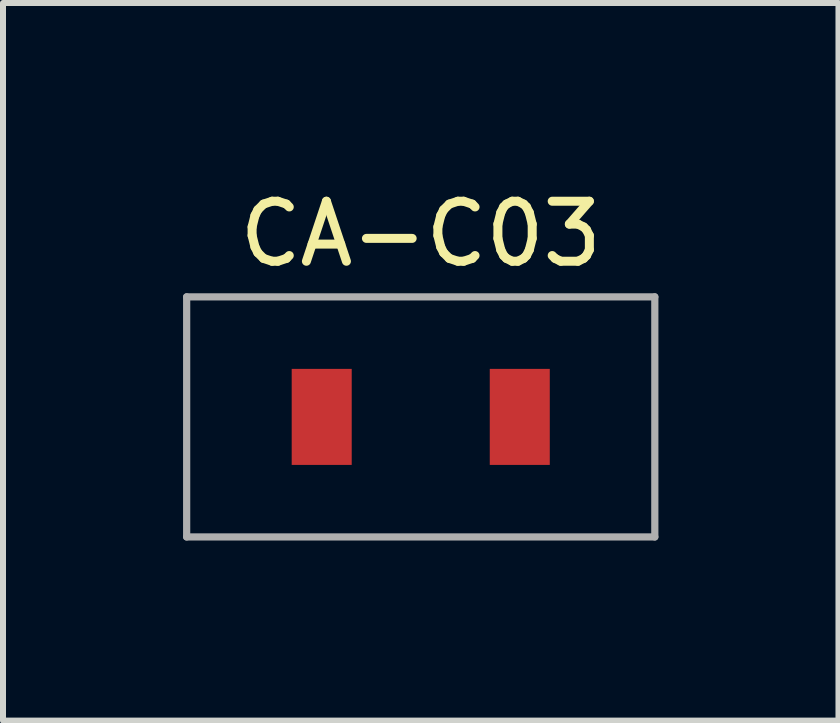
<source format=kicad_pcb>
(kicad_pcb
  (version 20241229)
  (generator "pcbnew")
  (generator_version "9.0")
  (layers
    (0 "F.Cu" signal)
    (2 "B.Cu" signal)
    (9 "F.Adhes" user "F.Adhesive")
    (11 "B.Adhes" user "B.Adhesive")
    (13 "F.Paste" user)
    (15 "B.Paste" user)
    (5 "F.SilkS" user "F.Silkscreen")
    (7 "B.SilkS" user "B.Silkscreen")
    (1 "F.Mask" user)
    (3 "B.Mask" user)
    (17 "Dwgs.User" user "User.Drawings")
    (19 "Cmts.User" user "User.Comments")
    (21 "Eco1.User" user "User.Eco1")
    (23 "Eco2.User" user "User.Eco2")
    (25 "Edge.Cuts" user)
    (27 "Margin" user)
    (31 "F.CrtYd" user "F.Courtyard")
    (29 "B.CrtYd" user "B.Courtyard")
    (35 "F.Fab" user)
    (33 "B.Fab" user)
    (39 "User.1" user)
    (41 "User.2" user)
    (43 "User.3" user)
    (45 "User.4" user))
  (footprint "CA-C03"
    (layer "F.Cu")
    (at 3.96 3.896)
    (property "Reference" "CA-C03" (at 0 -3.048 0) (layer "F.SilkS") (effects (font (size 1 1) (thickness 0.15))))
    (attr through_hole)
    (fp_line (start -3.9 -2) (end -3.9 2) (stroke (width 0.12) (type solid)) (layer "F.Fab"))
    (fp_line (start -3.9 -2) (end 3.9 -2) (stroke (width 0.12) (type solid)) (layer "F.Fab"))
    (fp_line (start -3.9 2) (end 3.9 2) (stroke (width 0.12) (type solid)) (layer "F.Fab"))
    (fp_line (start 3.9 -2) (end 3.9 2) (stroke (width 0.12) (type solid)) (layer "F.Fab"))
    (pad "1" smd rect (at -1.65 0) (size 1 1.6) (layers "F.Cu" "F.Mask" "F.Paste"))
    (pad "2" smd rect (at 1.65 0) (size 1 1.6) (layers "F.Cu" "F.Mask" "F.Paste")))
  (gr_rect
    (start -3 -3)
    (end 10.92 8.956)
    (stroke (width 0.1) (type default))
    (fill no)
    (layer "Edge.Cuts")))
</source>
